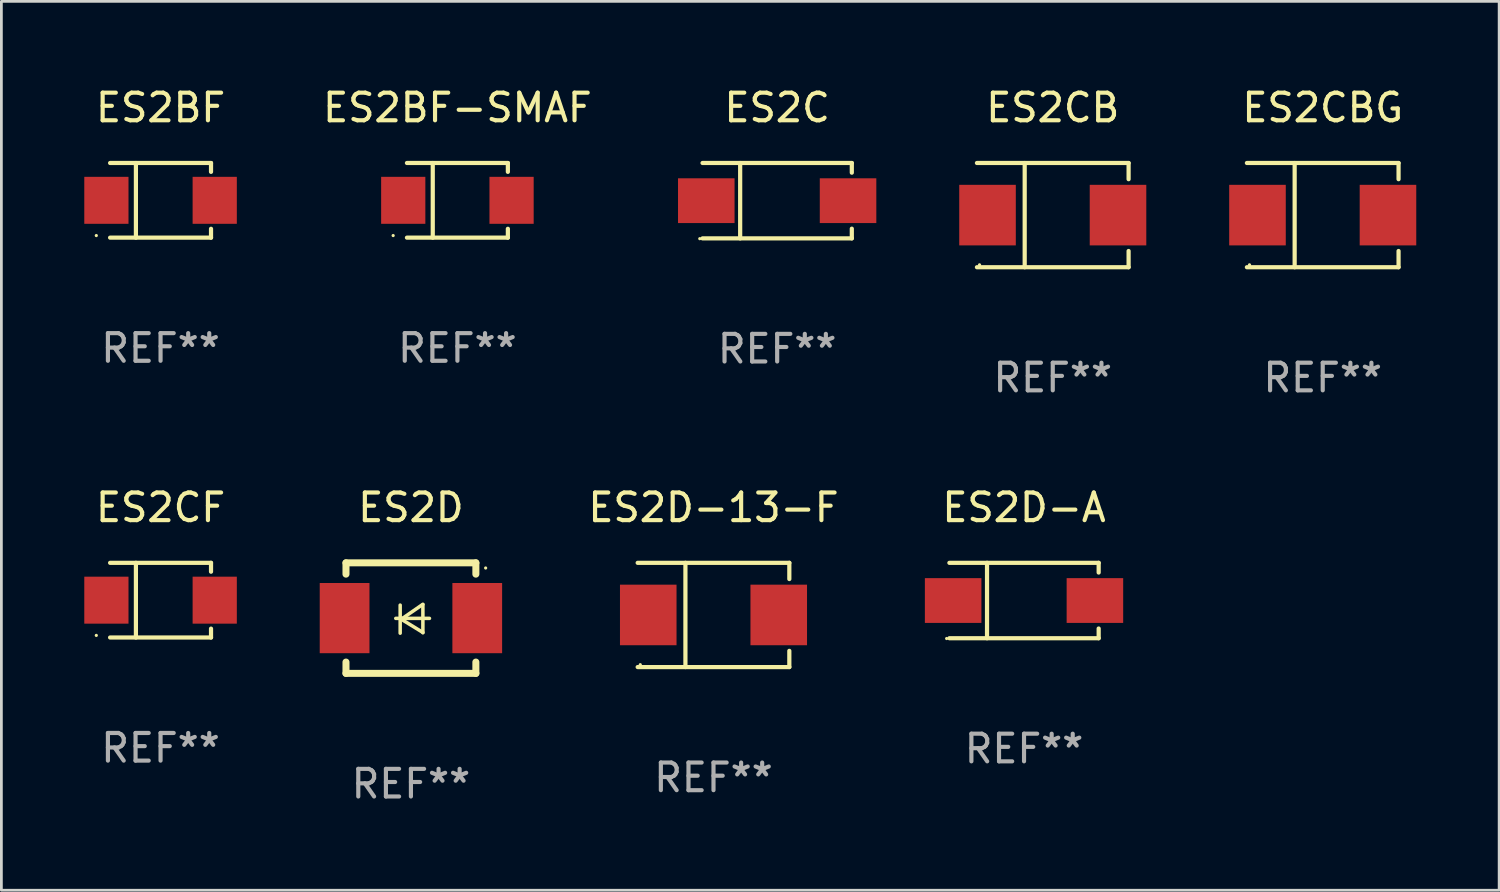
<source format=kicad_pcb>
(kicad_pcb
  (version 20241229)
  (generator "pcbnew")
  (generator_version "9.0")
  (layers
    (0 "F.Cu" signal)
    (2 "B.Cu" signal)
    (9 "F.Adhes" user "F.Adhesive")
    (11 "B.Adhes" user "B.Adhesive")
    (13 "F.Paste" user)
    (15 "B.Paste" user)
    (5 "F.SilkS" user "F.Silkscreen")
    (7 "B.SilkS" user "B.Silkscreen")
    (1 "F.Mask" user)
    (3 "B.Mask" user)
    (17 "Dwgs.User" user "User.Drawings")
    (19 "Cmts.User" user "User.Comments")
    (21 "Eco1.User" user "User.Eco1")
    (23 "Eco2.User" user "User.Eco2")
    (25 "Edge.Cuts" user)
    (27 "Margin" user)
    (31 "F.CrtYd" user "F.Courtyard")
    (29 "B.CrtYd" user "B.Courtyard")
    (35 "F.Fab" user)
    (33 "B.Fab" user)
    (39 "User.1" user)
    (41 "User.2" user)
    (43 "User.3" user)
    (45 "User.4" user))
  (footprint "ES2BF"
    (layer "F.Cu")
    (at 2.76 4.199)
    (property "Reference" "ES2BF" (at 0 -3.351 0) (layer "F.SilkS") (effects (font (size 1 1) (thickness 0.15))))
    (attr through_hole)
    (fp_line (start -1.826 -1.351) (end 1.826 -1.351) (stroke (width 0.152) (type solid)) (layer "F.SilkS"))
    (fp_line (start -1.826 1.351) (end 1.826 1.351) (stroke (width 0.152) (type solid)) (layer "F.SilkS"))
    (fp_line (start -0.892 -1.351) (end -0.892 1.351) (stroke (width 0.152) (type solid)) (layer "F.SilkS"))
    (fp_line (start 1.826 -1.351) (end 1.826 -1.03) (stroke (width 0.152) (type solid)) (layer "F.SilkS"))
    (fp_line (start 1.826 1.03) (end 1.826 1.351) (stroke (width 0.152) (type solid)) (layer "F.SilkS"))
    (fp_circle (center -2.325 1.275) (end -2.295 1.275) (stroke (width 0.06) (type solid)) (fill no) (layer "F.SilkS"))
    (fp_text user "REF**" (at 0 5.351 0) (layer "F.Fab") (effects (font (size 1 1) (thickness 0.15))))
    (pad "1" smd rect (at -1.96 0 180) (size 1.6 1.7) (layers "F.Cu" "F.Mask" "F.Paste"))
    (pad "2" smd rect (at 1.96 0 180) (size 1.6 1.7) (layers "F.Cu" "F.Mask" "F.Paste")))
  (footprint "ES2BF-SMAF"
    (layer "F.Cu")
    (at 13.502 4.199)
    (property "Reference" "ES2BF-SMAF" (at 0 -3.351 0) (layer "F.SilkS") (effects (font (size 1 1) (thickness 0.15))))
    (attr through_hole)
    (fp_line (start -1.826 -1.351) (end 1.826 -1.351) (stroke (width 0.152) (type solid)) (layer "F.SilkS"))
    (fp_line (start -1.826 1.351) (end 1.826 1.351) (stroke (width 0.152) (type solid)) (layer "F.SilkS"))
    (fp_line (start -0.892 -1.351) (end -0.892 1.351) (stroke (width 0.152) (type solid)) (layer "F.SilkS"))
    (fp_line (start 1.826 -1.351) (end 1.826 -1.03) (stroke (width 0.152) (type solid)) (layer "F.SilkS"))
    (fp_line (start 1.826 1.03) (end 1.826 1.351) (stroke (width 0.152) (type solid)) (layer "F.SilkS"))
    (fp_circle (center -2.325 1.275) (end -2.295 1.275) (stroke (width 0.06) (type solid)) (fill no) (layer "F.SilkS"))
    (fp_text user "REF**" (at 0 5.351 0) (layer "F.Fab") (effects (font (size 1 1) (thickness 0.15))))
    (pad "1" smd rect (at -1.96 0 180) (size 1.6 1.7) (layers "F.Cu" "F.Mask" "F.Paste"))
    (pad "2" smd rect (at 1.96 0 180) (size 1.6 1.7) (layers "F.Cu" "F.Mask" "F.Paste")))
  (footprint "ES2D"
    (layer "F.Cu")
    (at 11.82 19.317)
    (property "Reference" "ES2D" (at 0 -4 0) (layer "F.SilkS") (effects (font (size 1 1) (thickness 0.15))))
    (attr through_hole)
    (fp_line (start -2.35 -2) (end -2.35 -1.591) (stroke (width 0.254) (type solid)) (layer "F.SilkS"))
    (fp_line (start -2.35 -2) (end 2.35 -2) (stroke (width 0.254) (type solid)) (layer "F.SilkS"))
    (fp_line (start -2.35 1.591) (end -2.35 2) (stroke (width 0.254) (type solid)) (layer "F.SilkS"))
    (fp_line (start -2.35 2) (end 2.35 2) (stroke (width 0.254) (type solid)) (layer "F.SilkS"))
    (fp_line (start -0.548 0.01) (end 0.671 0.01) (stroke (width 0.127) (type solid)) (layer "F.SilkS"))
    (fp_line (start -0.389 -0.47) (end -0.389 0.546) (stroke (width 0.127) (type solid)) (layer "F.SilkS"))
    (fp_line (start -0.35 0.04) (end 0.433 0.52) (stroke (width 0.127) (type solid)) (layer "F.SilkS"))
    (fp_line (start 0.433 -0.5) (end -0.35 0.04) (stroke (width 0.127) (type solid)) (layer "F.SilkS"))
    (fp_line (start 0.433 0.53) (end 0.433 -0.486) (stroke (width 0.127) (type solid)) (layer "F.SilkS"))
    (fp_line (start 2.35 -2) (end 2.35 -1.591) (stroke (width 0.254) (type solid)) (layer "F.SilkS"))
    (fp_line (start 2.35 1.591) (end 2.35 2) (stroke (width 0.254) (type solid)) (layer "F.SilkS"))
    (fp_circle (center 2.704 -1.813) (end 2.734 -1.813) (stroke (width 0.06) (type solid)) (fill no) (layer "F.SilkS"))
    (fp_text user "REF**" (at 0 6 0) (layer "F.Fab") (effects (font (size 1 1) (thickness 0.15))))
    (pad "1" smd rect (at 2.4 0) (size 1.8 2.54) (layers "F.Cu" "F.Mask" "F.Paste"))
    (pad "2" smd rect (at -2.4 0) (size 1.8 2.54) (layers "F.Cu" "F.Mask" "F.Paste")))
  (footprint "ES2D-A"
    (layer "F.Cu")
    (at 34.006 18.681)
    (property "Reference" "ES2D-A" (at 0 -3.364 0) (layer "F.SilkS") (effects (font (size 1 1) (thickness 0.15))))
    (attr through_hole)
    (fp_line (start -2.701 -1.364) (end 2.701 -1.364) (stroke (width 0.152) (type solid)) (layer "F.SilkS"))
    (fp_line (start -2.701 1.364) (end 2.701 1.364) (stroke (width 0.152) (type solid)) (layer "F.SilkS"))
    (fp_line (start -1.339 -1.364) (end -1.339 1.364) (stroke (width 0.152) (type solid)) (layer "F.SilkS"))
    (fp_line (start 2.701 -1.364) (end 2.701 -1.013) (stroke (width 0.152) (type solid)) (layer "F.SilkS"))
    (fp_line (start 2.701 1.364) (end 2.701 1.013) (stroke (width 0.152) (type solid)) (layer "F.SilkS"))
    (fp_circle (center -2.8 1.375) (end -2.77 1.375) (stroke (width 0.06) (type solid)) (fill no) (layer "F.SilkS"))
    (fp_text user "REF**" (at 0 5.364 0) (layer "F.Fab") (effects (font (size 1 1) (thickness 0.15))))
    (pad "1" smd rect (at -2.565 -0.000025) (size 2.046 1.62) (layers "F.Cu" "F.Mask" "F.Paste"))
    (pad "2" smd rect (at 2.565 -0.000025) (size 2.046 1.62) (layers "F.Cu" "F.Mask" "F.Paste")))
  (footprint "ES2CB"
    (layer "F.Cu")
    (at 35.046 4.734)
    (property "Reference" "ES2CB" (at 0 -3.886 0) (layer "F.SilkS") (effects (font (size 1 1) (thickness 0.15))))
    (attr through_hole)
    (fp_line (start -2.744 -1.886) (end 2.744 -1.886) (stroke (width 0.152) (type solid)) (layer "F.SilkS"))
    (fp_line (start -2.744 1.886) (end 2.744 1.886) (stroke (width 0.152) (type solid)) (layer "F.SilkS"))
    (fp_line (start -1.016 -1.886) (end -1.016 1.886) (stroke (width 0.152) (type solid)) (layer "F.SilkS"))
    (fp_line (start 2.744 -1.886) (end 2.744 -1.299) (stroke (width 0.152) (type solid)) (layer "F.SilkS"))
    (fp_line (start 2.744 1.886) (end 2.744 1.299) (stroke (width 0.152) (type solid)) (layer "F.SilkS"))
    (fp_circle (center -2.65 1.8) (end -2.62 1.8) (stroke (width 0.06) (type solid)) (fill no) (layer "F.SilkS"))
    (fp_text user "REF**" (at 0 5.886 0) (layer "F.Fab") (effects (font (size 1 1) (thickness 0.15))))
    (pad "1" smd rect (at -2.361 0) (size 2.047 2.192) (layers "F.Cu" "F.Mask" "F.Paste"))
    (pad "2" smd rect (at 2.361 0) (size 2.047 2.192) (layers "F.Cu" "F.Mask" "F.Paste")))
  (footprint "ES2CBG"
    (layer "F.Cu")
    (at 44.815 4.734)
    (property "Reference" "ES2CBG" (at 0 -3.886 0) (layer "F.SilkS") (effects (font (size 1 1) (thickness 0.15))))
    (attr through_hole)
    (fp_line (start -2.744 -1.886) (end 2.744 -1.886) (stroke (width 0.152) (type solid)) (layer "F.SilkS"))
    (fp_line (start -2.744 1.886) (end 2.744 1.886) (stroke (width 0.152) (type solid)) (layer "F.SilkS"))
    (fp_line (start -1.016 -1.886) (end -1.016 1.886) (stroke (width 0.152) (type solid)) (layer "F.SilkS"))
    (fp_line (start 2.744 -1.886) (end 2.744 -1.299) (stroke (width 0.152) (type solid)) (layer "F.SilkS"))
    (fp_line (start 2.744 1.886) (end 2.744 1.299) (stroke (width 0.152) (type solid)) (layer "F.SilkS"))
    (fp_circle (center -2.65 1.8) (end -2.62 1.8) (stroke (width 0.06) (type solid)) (fill no) (layer "F.SilkS"))
    (fp_text user "REF**" (at 0 5.886 0) (layer "F.Fab") (effects (font (size 1 1) (thickness 0.15))))
    (pad "1" smd rect (at -2.361 0) (size 2.047 2.192) (layers "F.Cu" "F.Mask" "F.Paste"))
    (pad "2" smd rect (at 2.361 0) (size 2.047 2.192) (layers "F.Cu" "F.Mask" "F.Paste")))
  (footprint "ES2D-13-F"
    (layer "F.Cu")
    (at 22.769 19.203)
    (property "Reference" "ES2D-13-F" (at 0 -3.886 0) (layer "F.SilkS") (effects (font (size 1 1) (thickness 0.15))))
    (attr through_hole)
    (fp_line (start -2.744 -1.886) (end 2.744 -1.886) (stroke (width 0.152) (type solid)) (layer "F.SilkS"))
    (fp_line (start -2.744 1.886) (end 2.744 1.886) (stroke (width 0.152) (type solid)) (layer "F.SilkS"))
    (fp_line (start -1.016 -1.886) (end -1.016 1.886) (stroke (width 0.152) (type solid)) (layer "F.SilkS"))
    (fp_line (start 2.744 -1.886) (end 2.744 -1.299) (stroke (width 0.152) (type solid)) (layer "F.SilkS"))
    (fp_line (start 2.744 1.886) (end 2.744 1.299) (stroke (width 0.152) (type solid)) (layer "F.SilkS"))
    (fp_circle (center -2.65 1.8) (end -2.62 1.8) (stroke (width 0.06) (type solid)) (fill no) (layer "F.SilkS"))
    (fp_text user "REF**" (at 0 5.886 0) (layer "F.Fab") (effects (font (size 1 1) (thickness 0.15))))
    (pad "1" smd rect (at -2.361 0) (size 2.047 2.192) (layers "F.Cu" "F.Mask" "F.Paste"))
    (pad "2" smd rect (at 2.361 0) (size 2.047 2.192) (layers "F.Cu" "F.Mask" "F.Paste")))
  (footprint "ES2C"
    (layer "F.Cu")
    (at 25.073 4.212)
    (property "Reference" "ES2C" (at 0 -3.364 0) (layer "F.SilkS") (effects (font (size 1 1) (thickness 0.15))))
    (attr through_hole)
    (fp_line (start -2.701 -1.364) (end 2.701 -1.364) (stroke (width 0.152) (type solid)) (layer "F.SilkS"))
    (fp_line (start -2.701 1.364) (end 2.701 1.364) (stroke (width 0.152) (type solid)) (layer "F.SilkS"))
    (fp_line (start -1.339 -1.364) (end -1.339 1.364) (stroke (width 0.152) (type solid)) (layer "F.SilkS"))
    (fp_line (start 2.701 -1.364) (end 2.701 -1.013) (stroke (width 0.152) (type solid)) (layer "F.SilkS"))
    (fp_line (start 2.701 1.364) (end 2.701 1.013) (stroke (width 0.152) (type solid)) (layer "F.SilkS"))
    (fp_circle (center -2.8 1.375) (end -2.77 1.375) (stroke (width 0.06) (type solid)) (fill no) (layer "F.SilkS"))
    (fp_text user "REF**" (at 0 5.364 0) (layer "F.Fab") (effects (font (size 1 1) (thickness 0.15))))
    (pad "1" smd rect (at -2.565 -0.000025) (size 2.046 1.62) (layers "F.Cu" "F.Mask" "F.Paste"))
    (pad "2" smd rect (at 2.565 -0.000025) (size 2.046 1.62) (layers "F.Cu" "F.Mask" "F.Paste")))
  (footprint "ES2CF"
    (layer "F.Cu")
    (at 2.76 18.668)
    (property "Reference" "ES2CF" (at 0 -3.351 0) (layer "F.SilkS") (effects (font (size 1 1) (thickness 0.15))))
    (attr through_hole)
    (fp_line (start -1.826 -1.351) (end 1.826 -1.351) (stroke (width 0.152) (type solid)) (layer "F.SilkS"))
    (fp_line (start -1.826 1.351) (end 1.826 1.351) (stroke (width 0.152) (type solid)) (layer "F.SilkS"))
    (fp_line (start -0.892 -1.351) (end -0.892 1.351) (stroke (width 0.152) (type solid)) (layer "F.SilkS"))
    (fp_line (start 1.826 -1.351) (end 1.826 -1.03) (stroke (width 0.152) (type solid)) (layer "F.SilkS"))
    (fp_line (start 1.826 1.03) (end 1.826 1.351) (stroke (width 0.152) (type solid)) (layer "F.SilkS"))
    (fp_circle (center -2.325 1.275) (end -2.295 1.275) (stroke (width 0.06) (type solid)) (fill no) (layer "F.SilkS"))
    (fp_text user "REF**" (at 0 5.351 0) (layer "F.Fab") (effects (font (size 1 1) (thickness 0.15))))
    (pad "1" smd rect (at -1.96 0 180) (size 1.6 1.7) (layers "F.Cu" "F.Mask" "F.Paste"))
    (pad "2" smd rect (at 1.96 0 180) (size 1.6 1.7) (layers "F.Cu" "F.Mask" "F.Paste")))
  (gr_rect
    (start -3 -3)
    (end 51.199 29.165)
    (stroke (width 0.1) (type default))
    (fill no)
    (layer "Edge.Cuts")))
</source>
